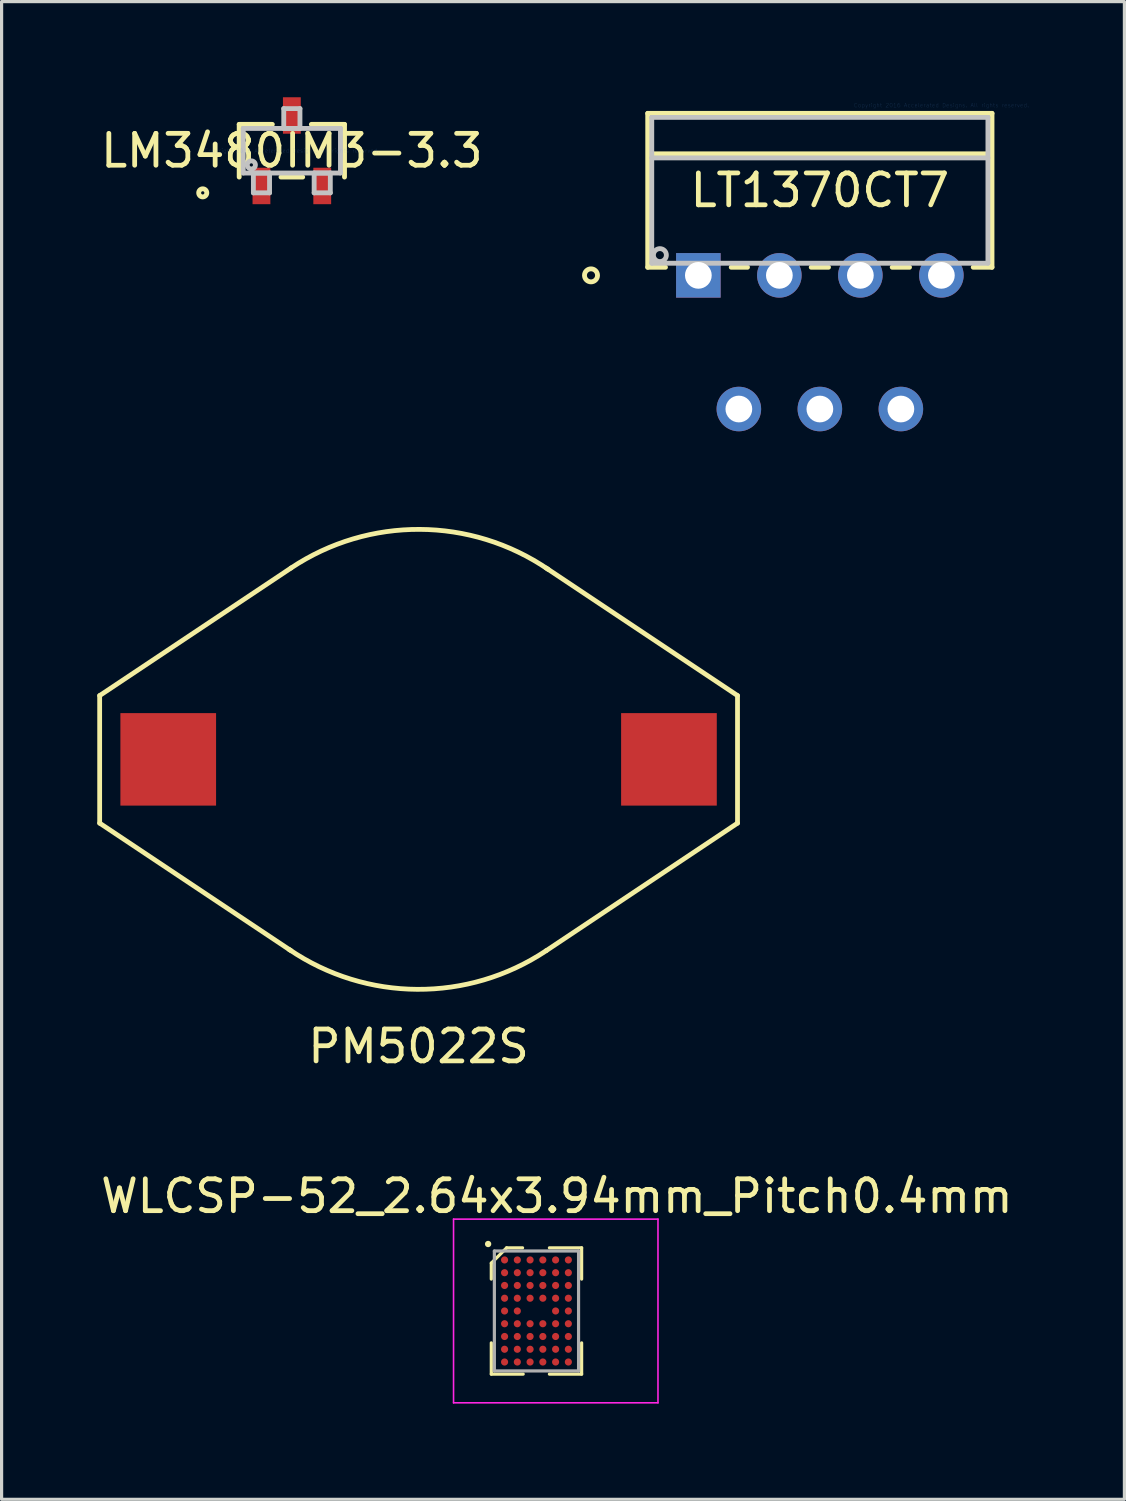
<source format=kicad_pcb>
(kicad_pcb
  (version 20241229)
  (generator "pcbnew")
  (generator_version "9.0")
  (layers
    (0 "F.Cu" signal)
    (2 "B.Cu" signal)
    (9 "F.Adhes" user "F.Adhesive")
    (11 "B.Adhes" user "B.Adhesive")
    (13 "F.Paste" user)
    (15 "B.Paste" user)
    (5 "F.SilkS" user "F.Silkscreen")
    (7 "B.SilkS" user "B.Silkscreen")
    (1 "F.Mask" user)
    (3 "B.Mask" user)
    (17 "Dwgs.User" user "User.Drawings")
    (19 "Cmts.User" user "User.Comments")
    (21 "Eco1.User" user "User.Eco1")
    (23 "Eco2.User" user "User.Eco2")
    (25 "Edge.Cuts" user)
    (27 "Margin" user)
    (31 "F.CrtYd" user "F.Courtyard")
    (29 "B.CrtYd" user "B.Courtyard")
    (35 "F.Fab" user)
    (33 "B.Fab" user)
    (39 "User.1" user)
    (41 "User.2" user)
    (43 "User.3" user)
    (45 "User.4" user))
  (footprint "LM3480IM3-3.3"
    (layer "F.Cu")
    (at 6.101 1.676)
    (property "Reference" "LM3480IM3-3.3" (at 0 0 0) (layer "F.SilkS") (effects (font (size 1 1) (thickness 0.15))))
    (attr through_hole)
    (fp_line (start -1.651 -0.826) (end -1.651 0.826) (stroke (width 0.152) (type solid)) (layer "F.SilkS"))
    (fp_line (start -0.612 -0.826) (end -1.651 -0.826) (stroke (width 0.152) (type solid)) (layer "F.SilkS"))
    (fp_line (start -0.34 0.826) (end 0.34 0.826) (stroke (width 0.152) (type solid)) (layer "F.SilkS"))
    (fp_line (start 1.651 -0.826) (end 0.612 -0.826) (stroke (width 0.152) (type solid)) (layer "F.SilkS"))
    (fp_line (start 1.651 0.826) (end 1.651 -0.826) (stroke (width 0.152) (type solid)) (layer "F.SilkS"))
    (fp_circle (center -2.794 1.321) (end -2.667 1.321) (stroke (width 0.152) (type solid)) (fill no) (layer "F.SilkS"))
    (fp_line (start -1.524 -0.699) (end -1.524 0.699) (stroke (width 0.152) (type solid)) (layer "Dwgs.User"))
    (fp_line (start -1.524 0.699) (end 1.524 0.699) (stroke (width 0.152) (type solid)) (layer "Dwgs.User"))
    (fp_line (start -1.206 0.699) (end -1.206 1.321) (stroke (width 0.152) (type solid)) (layer "Dwgs.User"))
    (fp_line (start -1.206 1.321) (end -0.699 1.321) (stroke (width 0.152) (type solid)) (layer "Dwgs.User"))
    (fp_line (start -0.699 0.699) (end -1.206 0.699) (stroke (width 0.152) (type solid)) (layer "Dwgs.User"))
    (fp_line (start -0.699 1.321) (end -0.699 0.699) (stroke (width 0.152) (type solid)) (layer "Dwgs.User"))
    (fp_line (start -0.254 -1.321) (end -0.254 -0.699) (stroke (width 0.152) (type solid)) (layer "Dwgs.User"))
    (fp_line (start -0.254 -0.699) (end 0.254 -0.699) (stroke (width 0.152) (type solid)) (layer "Dwgs.User"))
    (fp_line (start 0.254 -1.321) (end -0.254 -1.321) (stroke (width 0.152) (type solid)) (layer "Dwgs.User"))
    (fp_line (start 0.254 -0.699) (end 0.254 -1.321) (stroke (width 0.152) (type solid)) (layer "Dwgs.User"))
    (fp_line (start 0.699 0.699) (end 0.699 1.321) (stroke (width 0.152) (type solid)) (layer "Dwgs.User"))
    (fp_line (start 0.699 1.321) (end 1.206 1.321) (stroke (width 0.152) (type solid)) (layer "Dwgs.User"))
    (fp_line (start 1.206 0.699) (end 0.699 0.699) (stroke (width 0.152) (type solid)) (layer "Dwgs.User"))
    (fp_line (start 1.206 1.321) (end 1.206 0.699) (stroke (width 0.152) (type solid)) (layer "Dwgs.User"))
    (fp_line (start 1.524 -0.699) (end -1.524 -0.699) (stroke (width 0.152) (type solid)) (layer "Dwgs.User"))
    (fp_line (start 1.524 0.699) (end 1.524 -0.699) (stroke (width 0.152) (type solid)) (layer "Dwgs.User"))
    (fp_circle (center -1.27 0.445) (end -1.143 0.445) (stroke (width 0.152) (type solid)) (fill no) (layer "Dwgs.User"))
    (fp_text user "Copyright 2016 Accelerated Designs. All rights reserved." (at 0 0 0) (layer "Cmts.User") (effects (font (size 0.127 0.127) (thickness 0.002))))
    (pad "1" smd rect (at -0.953 1.105) (size 0.559 1.143) (layers "F.Cu" "F.Mask" "F.Paste"))
    (pad "2" smd rect (at 0.953 1.105) (size 0.559 1.143) (layers "F.Cu" "F.Mask" "F.Paste"))
    (pad "3" smd rect (at 0 -1.105) (size 0.559 1.143) (layers "F.Cu" "F.Mask" "F.Paste")))
  (footprint "PM5022S"
    (layer "F.Cu")
    (at 10.075 20.76)
    (property "Reference" "PM5022S" (at 0 9 0) (layer "F.SilkS") (effects (font (size 1 1) (thickness 0.15))))
    (attr through_hole)
    (fp_line (start -10 -2) (end -10 2) (stroke (width 0.15) (type solid)) (layer "F.SilkS"))
    (fp_line (start -10 2) (end -4 6) (stroke (width 0.15) (type solid)) (layer "F.SilkS"))
    (fp_line (start -4 -6) (end -10 -2) (stroke (width 0.15) (type solid)) (layer "F.SilkS"))
    (fp_line (start 4 6) (end 10 2) (stroke (width 0.15) (type solid)) (layer "F.SilkS"))
    (fp_line (start 10 -2) (end 4 -6) (stroke (width 0.15) (type solid)) (layer "F.SilkS"))
    (fp_line (start 10 2) (end 10 -2) (stroke (width 0.15) (type solid)) (layer "F.SilkS"))
    (fp_arc (start -4 -6) (mid 0.039007 -7.210997) (end 4.064677 -5.956375) (stroke (width 0.15) (type solid)) (layer "F.SilkS"))
    (fp_arc (start 4 6) (mid -0.039007 7.210997) (end -4.064677 5.956375) (stroke (width 0.15) (type solid)) (layer "F.SilkS"))
    (pad "1" smd rect (at -7.85 0) (size 3 2.9) (layers "F.Cu" "F.Mask" "F.Paste"))
    (pad "2" smd rect (at 7.85 0) (size 3 2.9) (layers "F.Cu" "F.Mask" "F.Paste")))
  (footprint "WLCSP-52_2.64x3.94mm_Pitch0.4mm"
    (layer "F.Cu")
    (at 14.371 38.056)
    (property "Reference" "WLCSP-52_2.64x3.94mm_Pitch0.4mm" (at 0.04 -3.6 0) (layer "F.SilkS") (effects (font (size 1 1) (thickness 0.15))))
    (attr smd)
    (fp_line (start -2.016 -1.5) (end -2.016 -1) (stroke (width 0.1) (type solid)) (layer "F.SilkS"))
    (fp_line (start -2.016 1) (end -2.016 1.98) (stroke (width 0.1) (type solid)) (layer "F.SilkS"))
    (fp_line (start -2.016 1.98) (end -1.016 1.98) (stroke (width 0.1) (type solid)) (layer "F.SilkS"))
    (fp_line (start -1.536 -1.98) (end -2.016 -1.5) (stroke (width 0.1) (type solid)) (layer "F.SilkS"))
    (fp_line (start -1.036 -1.98) (end -1.536 -1.98) (stroke (width 0.1) (type solid)) (layer "F.SilkS"))
    (fp_line (start -0.194 -1.98) (end 0.816 -1.98) (stroke (width 0.1) (type solid)) (layer "F.SilkS"))
    (fp_line (start 0.816 -1.98) (end 0.816 -1) (stroke (width 0.1) (type solid)) (layer "F.SilkS"))
    (fp_line (start 0.816 1) (end 0.816 1.98) (stroke (width 0.1) (type solid)) (layer "F.SilkS"))
    (fp_line (start 0.816 1.98) (end -0.194 1.98) (stroke (width 0.1) (type solid)) (layer "F.SilkS"))
    (fp_circle (center -2.116 -2.1) (end -2.066 -2.1) (stroke (width 0.1) (type solid)) (fill no) (layer "F.SilkS"))
    (fp_line (start -3.2 -2.88) (end -3.2 2.88) (stroke (width 0.05) (type solid)) (layer "F.CrtYd"))
    (fp_line (start -3.2 -2.88) (end 3.21 -2.88) (stroke (width 0.05) (type solid)) (layer "F.CrtYd"))
    (fp_line (start -3.2 2.88) (end 3.21 2.88) (stroke (width 0.05) (type solid)) (layer "F.CrtYd"))
    (fp_line (start 3.21 2.88) (end 3.21 -2.88) (stroke (width 0.05) (type solid)) (layer "F.CrtYd"))
    (fp_line (start -1.92 -1.88) (end -1.92 1.88) (stroke (width 0.1) (type solid)) (layer "F.Fab"))
    (fp_line (start -1.92 -1.88) (end 0.72 -1.88) (stroke (width 0.1) (type solid)) (layer "F.Fab"))
    (fp_line (start -1.92 1.88) (end 0.72 1.88) (stroke (width 0.1) (type solid)) (layer "F.Fab"))
    (fp_line (start 0.72 -1.88) (end 0.72 1.88) (stroke (width 0.1) (type solid)) (layer "F.Fab"))
    (pad "A1" smd circle (at -1.6 -1.6) (size 0.225 0.225) (layers "F.Cu" "F.Mask" "F.Paste"))
    (pad "A2" smd circle (at -1.2 -1.6) (size 0.225 0.225) (layers "F.Cu" "F.Mask" "F.Paste"))
    (pad "A3" smd circle (at -0.8 -1.6) (size 0.225 0.225) (layers "F.Cu" "F.Mask" "F.Paste"))
    (pad "A4" smd circle (at -0.4 -1.6) (size 0.225 0.225) (layers "F.Cu" "F.Mask" "F.Paste"))
    (pad "A5" smd circle (at 0 -1.6) (size 0.225 0.225) (layers "F.Cu" "F.Mask" "F.Paste"))
    (pad "A6" smd circle (at 0.4 -1.6) (size 0.225 0.225) (layers "F.Cu" "F.Mask" "F.Paste"))
    (pad "B1" smd circle (at -1.6 -1.2) (size 0.225 0.225) (layers "F.Cu" "F.Mask" "F.Paste"))
    (pad "B2" smd circle (at -1.2 -1.2) (size 0.225 0.225) (layers "F.Cu" "F.Mask" "F.Paste"))
    (pad "B3" smd circle (at -0.8 -1.2) (size 0.225 0.225) (layers "F.Cu" "F.Mask" "F.Paste"))
    (pad "B4" smd circle (at -0.4 -1.2) (size 0.225 0.225) (layers "F.Cu" "F.Mask" "F.Paste"))
    (pad "B5" smd circle (at 0 -1.2) (size 0.225 0.225) (layers "F.Cu" "F.Mask" "F.Paste"))
    (pad "B6" smd circle (at 0.4 -1.2) (size 0.225 0.225) (layers "F.Cu" "F.Mask" "F.Paste"))
    (pad "C1" smd circle (at -1.6 -0.8) (size 0.225 0.225) (layers "F.Cu" "F.Mask" "F.Paste"))
    (pad "C2" smd circle (at -1.2 -0.8) (size 0.225 0.225) (layers "F.Cu" "F.Mask" "F.Paste"))
    (pad "C3" smd circle (at -0.8 -0.8) (size 0.225 0.225) (layers "F.Cu" "F.Mask" "F.Paste"))
    (pad "C4" smd circle (at -0.4 -0.8) (size 0.225 0.225) (layers "F.Cu" "F.Mask" "F.Paste"))
    (pad "C5" smd circle (at 0 -0.8) (size 0.225 0.225) (layers "F.Cu" "F.Mask" "F.Paste"))
    (pad "C6" smd circle (at 0.4 -0.8) (size 0.225 0.225) (layers "F.Cu" "F.Mask" "F.Paste"))
    (pad "D1" smd circle (at -1.6 -0.4) (size 0.225 0.225) (layers "F.Cu" "F.Mask" "F.Paste"))
    (pad "D2" smd circle (at -1.2 -0.4) (size 0.225 0.225) (layers "F.Cu" "F.Mask" "F.Paste"))
    (pad "D3" smd circle (at -0.8 -0.4) (size 0.225 0.225) (layers "F.Cu" "F.Mask" "F.Paste"))
    (pad "D4" smd circle (at -0.4 -0.4) (size 0.225 0.225) (layers "F.Cu" "F.Mask" "F.Paste"))
    (pad "D5" smd circle (at 0 -0.4) (size 0.225 0.225) (layers "F.Cu" "F.Mask" "F.Paste"))
    (pad "D6" smd circle (at 0.4 -0.4) (size 0.225 0.225) (layers "F.Cu" "F.Mask" "F.Paste"))
    (pad "E1" smd circle (at -1.6 0) (size 0.225 0.225) (layers "F.Cu" "F.Mask" "F.Paste"))
    (pad "E2" smd circle (at -1.2 0) (size 0.225 0.225) (layers "F.Cu" "F.Mask" "F.Paste"))
    (pad "E5" smd circle (at 0 0) (size 0.225 0.225) (layers "F.Cu" "F.Mask" "F.Paste"))
    (pad "E6" smd circle (at 0.4 0) (size 0.225 0.225) (layers "F.Cu" "F.Mask" "F.Paste"))
    (pad "F1" smd circle (at -1.6 0.4) (size 0.225 0.225) (layers "F.Cu" "F.Mask" "F.Paste"))
    (pad "F2" smd circle (at -1.2 0.4) (size 0.225 0.225) (layers "F.Cu" "F.Mask" "F.Paste"))
    (pad "F3" smd circle (at -0.8 0.4) (size 0.225 0.225) (layers "F.Cu" "F.Mask" "F.Paste"))
    (pad "F4" smd circle (at -0.4 0.4) (size 0.225 0.225) (layers "F.Cu" "F.Mask" "F.Paste"))
    (pad "F5" smd circle (at 0 0.4) (size 0.225 0.225) (layers "F.Cu" "F.Mask" "F.Paste"))
    (pad "F6" smd circle (at 0.4 0.4) (size 0.225 0.225) (layers "F.Cu" "F.Mask" "F.Paste"))
    (pad "G1" smd circle (at -1.6 0.8) (size 0.225 0.225) (layers "F.Cu" "F.Mask" "F.Paste"))
    (pad "G2" smd circle (at -1.2 0.8) (size 0.225 0.225) (layers "F.Cu" "F.Mask" "F.Paste"))
    (pad "G3" smd circle (at -0.8 0.8) (size 0.225 0.225) (layers "F.Cu" "F.Mask" "F.Paste"))
    (pad "G4" smd circle (at -0.4 0.8) (size 0.225 0.225) (layers "F.Cu" "F.Mask" "F.Paste"))
    (pad "G5" smd circle (at 0 0.8) (size 0.225 0.225) (layers "F.Cu" "F.Mask" "F.Paste"))
    (pad "G6" smd circle (at 0.4 0.8) (size 0.225 0.225) (layers "F.Cu" "F.Mask" "F.Paste"))
    (pad "H1" smd circle (at -1.6 1.2) (size 0.225 0.225) (layers "F.Cu" "F.Mask" "F.Paste"))
    (pad "H2" smd circle (at -1.2 1.2) (size 0.225 0.225) (layers "F.Cu" "F.Mask" "F.Paste"))
    (pad "H3" smd circle (at -0.8 1.2) (size 0.225 0.225) (layers "F.Cu" "F.Mask" "F.Paste"))
    (pad "H4" smd circle (at -0.4 1.2) (size 0.225 0.225) (layers "F.Cu" "F.Mask" "F.Paste"))
    (pad "H5" smd circle (at 0 1.2) (size 0.225 0.225) (layers "F.Cu" "F.Mask" "F.Paste"))
    (pad "H6" smd circle (at 0.4 1.2) (size 0.225 0.225) (layers "F.Cu" "F.Mask" "F.Paste"))
    (pad "J1" smd circle (at -1.6 1.6) (size 0.225 0.225) (layers "F.Cu" "F.Mask" "F.Paste"))
    (pad "J2" smd circle (at -1.2 1.6) (size 0.225 0.225) (layers "F.Cu" "F.Mask" "F.Paste"))
    (pad "J3" smd circle (at -0.8 1.6) (size 0.225 0.225) (layers "F.Cu" "F.Mask" "F.Paste"))
    (pad "J4" smd circle (at -0.4 1.6) (size 0.225 0.225) (layers "F.Cu" "F.Mask" "F.Paste"))
    (pad "J5" smd circle (at 0 1.6) (size 0.225 0.225) (layers "F.Cu" "F.Mask" "F.Paste"))
    (pad "J6" smd circle (at 0.4 1.6) (size 0.225 0.225) (layers "F.Cu" "F.Mask" "F.Paste")))
  (footprint "LT1370CT7"
    (layer "F.Cu")
    (at 26.467 0.25)
    (property "Reference" "LT1370CT7" (at -3.81 2.667 0) (layer "F.SilkS") (effects (font (size 1 1) (thickness 0.15))))
    (attr through_hole)
    (fp_line (start -9.207 0.254) (end -9.207 5.08) (stroke (width 0.152) (type solid)) (layer "F.SilkS"))
    (fp_line (start -9.207 5.08) (end -8.651 5.08) (stroke (width 0.152) (type solid)) (layer "F.SilkS"))
    (fp_line (start -9.081 1.524) (end 1.46 1.524) (stroke (width 0.152) (type solid)) (layer "F.SilkS"))
    (fp_line (start -6.589 5.08) (end -6.079 5.08) (stroke (width 0.152) (type solid)) (layer "F.SilkS"))
    (fp_line (start -4.081 5.08) (end -3.539 5.08) (stroke (width 0.152) (type solid)) (layer "F.SilkS"))
    (fp_line (start -1.541 5.08) (end -0.999 5.08) (stroke (width 0.152) (type solid)) (layer "F.SilkS"))
    (fp_line (start 0.999 5.08) (end 1.587 5.08) (stroke (width 0.152) (type solid)) (layer "F.SilkS"))
    (fp_line (start 1.587 0.254) (end -9.207 0.254) (stroke (width 0.152) (type solid)) (layer "F.SilkS"))
    (fp_line (start 1.587 5.08) (end 1.587 0.254) (stroke (width 0.152) (type solid)) (layer "F.SilkS"))
    (fp_circle (center -10.986 5.334) (end -10.782 5.334) (stroke (width 0.152) (type solid)) (fill no) (layer "F.SilkS"))
    (fp_line (start -9.081 0.381) (end -9.081 4.953) (stroke (width 0.152) (type solid)) (layer "Dwgs.User"))
    (fp_line (start -9.081 1.651) (end 1.46 1.651) (stroke (width 0.152) (type solid)) (layer "Dwgs.User"))
    (fp_line (start -9.081 4.953) (end 1.46 4.953) (stroke (width 0.152) (type solid)) (layer "Dwgs.User"))
    (fp_line (start 1.46 0.381) (end -9.081 0.381) (stroke (width 0.152) (type solid)) (layer "Dwgs.User"))
    (fp_line (start 1.46 4.953) (end 1.46 0.381) (stroke (width 0.152) (type solid)) (layer "Dwgs.User"))
    (fp_circle (center -8.826 4.699) (end -8.623 4.699) (stroke (width 0.152) (type solid)) (fill no) (layer "Dwgs.User"))
    (fp_text user "Copyright 2016 Accelerated Designs. All rights reserved." (at 0 0 0) (layer "Cmts.User") (effects (font (size 0.127 0.127) (thickness 0.002))))
    (pad "1" thru_hole rect (at -7.62 5.334) (size 1.397 1.397) (drill 0.838) (layers "*.Cu" "*.Mask"))
    (pad "2" thru_hole circle (at -6.35 9.525) (size 1.397 1.397) (drill 0.838) (layers "*.Cu" "*.Mask"))
    (pad "3" thru_hole circle (at -5.08 5.334) (size 1.397 1.397) (drill 0.838) (layers "*.Cu" "*.Mask"))
    (pad "4" thru_hole circle (at -3.81 9.525) (size 1.397 1.397) (drill 0.838) (layers "*.Cu" "*.Mask"))
    (pad "5" thru_hole circle (at -2.54 5.334) (size 1.397 1.397) (drill 0.838) (layers "*.Cu" "*.Mask"))
    (pad "6" thru_hole circle (at -1.27 9.525) (size 1.397 1.397) (drill 0.838) (layers "*.Cu" "*.Mask"))
    (pad "7" thru_hole circle (at 0 5.334) (size 1.397 1.397) (drill 0.838) (layers "*.Cu" "*.Mask")))
  (gr_rect
    (start -3 -3)
    (end 32.206 43.961)
    (stroke (width 0.1) (type default))
    (fill no)
    (layer "Edge.Cuts")))
</source>
